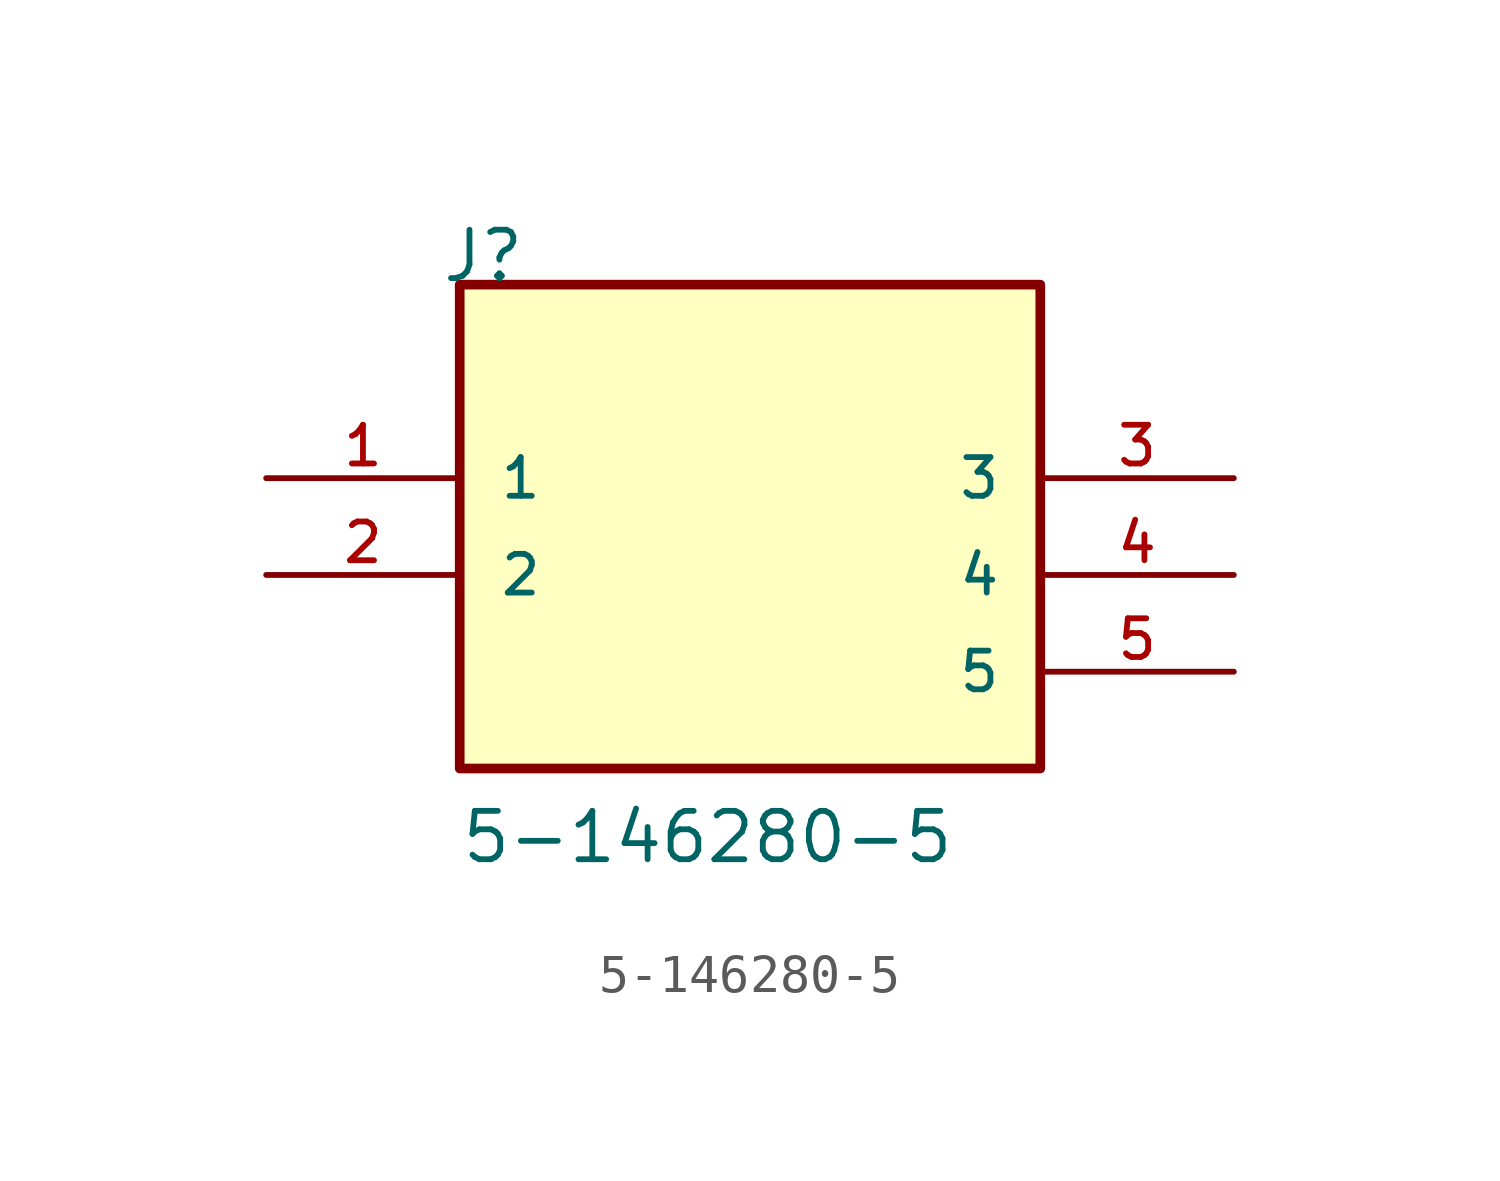
<source format=kicad_sym>
(kicad_symbol_lib
  (version 20211014)
  (generator kicad_symbol_editor)
  (symbol "5-146280-5"
    (pin_names
      (offset 1.016))
    (property "Reference" "J"
      (at -8.129 7.629 0)
      (effects (font (size 1.27 1.27)) (justify bottom left)))
    (property "Value" "5-146280-5"
      (at -7.626 -7.626 0)
      (effects (font (size 1.27 1.27)) (justify bottom left)))
    (symbol "5-146280-5_0_0"
      (rectangle (start -7.62 -5.08) (end 7.62 7.62) (stroke (width 0.254)) (fill (type background)))
      (pin passive line (at -12.7 2.54 0) (length 5.08) (name "1" (effects (font (size 1.016 1.016)))) (number "1" (effects (font (size 1.016 1.016)))))
      (pin passive line (at -12.7 0.0 0) (length 5.08) (name "2" (effects (font (size 1.016 1.016)))) (number "2" (effects (font (size 1.016 1.016)))))
      (pin passive line (at 12.7 2.54 180.0) (length 5.08) (name "3" (effects (font (size 1.016 1.016)))) (number "3" (effects (font (size 1.016 1.016)))))
      (pin passive line (at 12.7 0.0 180.0) (length 5.08) (name "4" (effects (font (size 1.016 1.016)))) (number "4" (effects (font (size 1.016 1.016)))))
      (pin passive line (at 12.7 -2.54 180.0) (length 5.08) (name "5" (effects (font (size 1.016 1.016)))) (number "5" (effects (font (size 1.016 1.016))))))))
</source>
